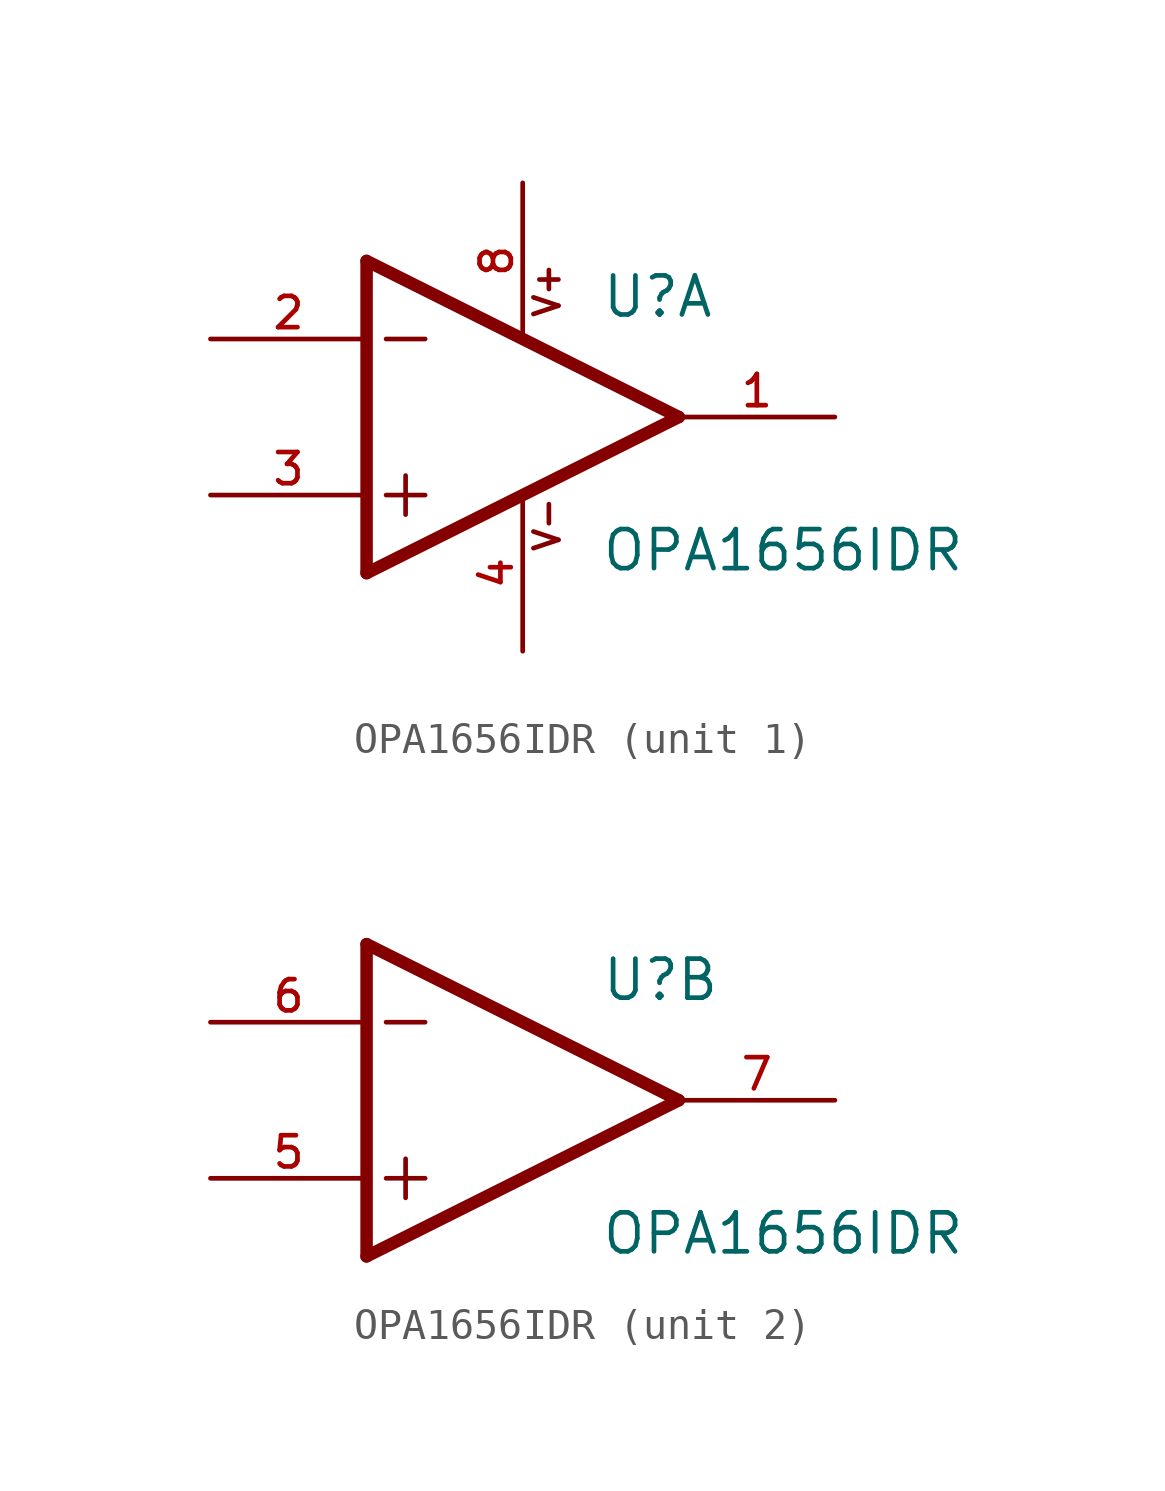
<source format=kicad_sym>
(kicad_symbol_lib
  (version 20211014)
  (generator kicad_symbol_editor)
  (symbol "OPA1656IDR"
    (pin_names
      (offset 1.016))
    (property "Reference" "U"
      (at 5.08 3.175 0)
      (effects (font (size 1.27 1.27)) (justify bottom left)))
    (property "Value" "OPA1656IDR"
      (at 5.08 -5.08 0)
      (effects (font (size 1.27 1.27)) (justify bottom left)))
    (symbol "OPA1656IDR_1_0"
      (polyline (pts (xy -2.54 5.08) (xy -2.54 -5.08)) (stroke (width 0.406)))
      (polyline (pts (xy -2.54 -5.08) (xy 7.62 0.0)) (stroke (width 0.406)))
      (polyline (pts (xy 7.62 0.0) (xy -2.54 5.08)) (stroke (width 0.406)))
      (polyline (pts (xy -1.27 -1.905) (xy -1.27 -3.175)) (stroke (width 0.152)))
      (polyline (pts (xy -1.905 2.54) (xy -0.635 2.54)) (stroke (width 0.152)))
      (polyline (pts (xy -1.905 -2.54) (xy -0.635 -2.54)) (stroke (width 0.152)))
      (text "V+" (at 3.81 3.175 900) (effects (font (size 0.813 0.813)) (justify bottom left)))
      (text "V-" (at 3.81 -4.445 900) (effects (font (size 0.813 0.813)) (justify bottom left)))
      (pin input line (at -7.62 -2.54 0) (length 5.08) (name "~" (effects (font (size 1.016 1.016)))) (number "3" (effects (font (size 1.016 1.016)))))
      (pin input line (at -7.62 2.54 0) (length 5.08) (name "~" (effects (font (size 1.016 1.016)))) (number "2" (effects (font (size 1.016 1.016)))))
      (pin power_in line (at 2.54 7.62 270.0) (length 5.08) (name "~" (effects (font (size 1.016 1.016)))) (number "8" (effects (font (size 1.016 1.016)))))
      (pin output line (at 12.7 0.0 180.0) (length 5.08) (name "~" (effects (font (size 1.016 1.016)))) (number "1" (effects (font (size 1.016 1.016)))))
      (pin power_in line (at 2.54 -7.62 90.0) (length 5.08) (name "~" (effects (font (size 1.016 1.016)))) (number "4" (effects (font (size 1.016 1.016))))))
    (symbol "OPA1656IDR_2_0"
      (polyline (pts (xy -2.54 5.08) (xy -2.54 -5.08)) (stroke (width 0.406)))
      (polyline (pts (xy -2.54 -5.08) (xy 7.62 0.0)) (stroke (width 0.406)))
      (polyline (pts (xy 7.62 0.0) (xy -2.54 5.08)) (stroke (width 0.406)))
      (polyline (pts (xy -1.27 -1.905) (xy -1.27 -3.175)) (stroke (width 0.152)))
      (polyline (pts (xy -1.905 2.54) (xy -0.635 2.54)) (stroke (width 0.152)))
      (polyline (pts (xy -1.905 -2.54) (xy -0.635 -2.54)) (stroke (width 0.152)))
      (pin input line (at -7.62 -2.54 0) (length 5.08) (name "~" (effects (font (size 1.016 1.016)))) (number "5" (effects (font (size 1.016 1.016)))))
      (pin input line (at -7.62 2.54 0) (length 5.08) (name "~" (effects (font (size 1.016 1.016)))) (number "6" (effects (font (size 1.016 1.016)))))
      (pin output line (at 12.7 0.0 180.0) (length 5.08) (name "~" (effects (font (size 1.016 1.016)))) (number "7" (effects (font (size 1.016 1.016))))))))
</source>
